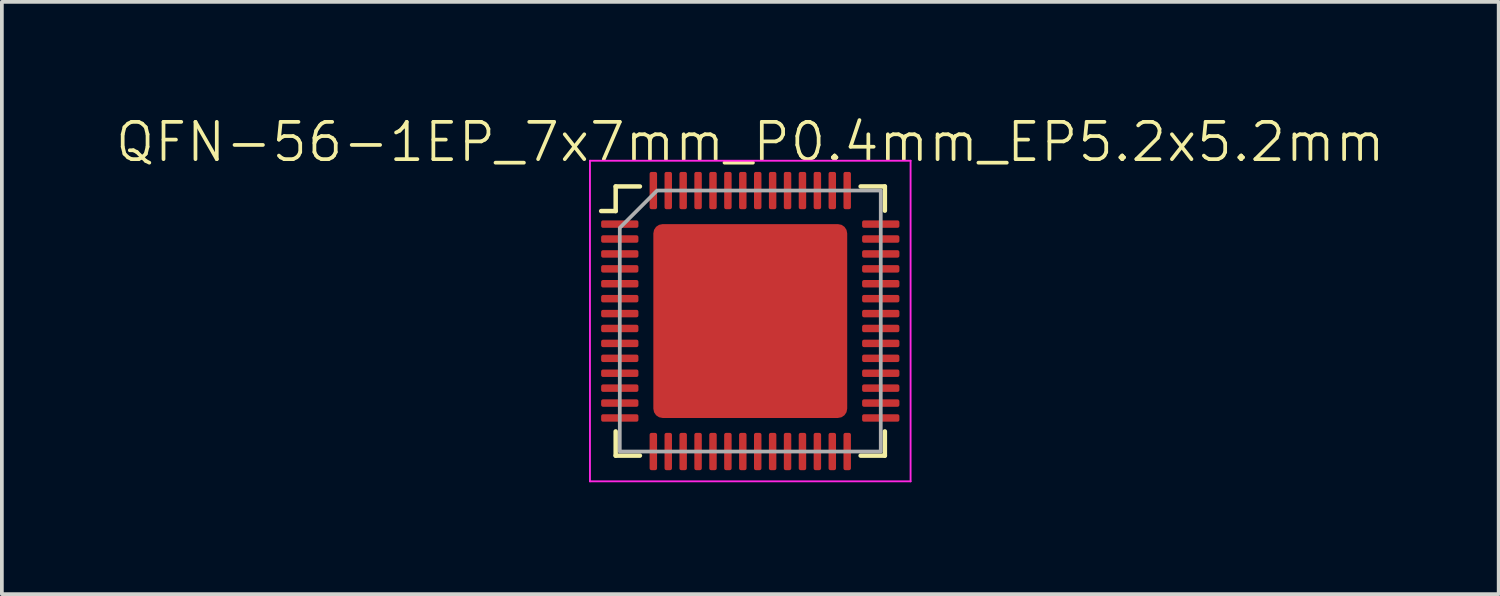
<source format=kicad_pcb>
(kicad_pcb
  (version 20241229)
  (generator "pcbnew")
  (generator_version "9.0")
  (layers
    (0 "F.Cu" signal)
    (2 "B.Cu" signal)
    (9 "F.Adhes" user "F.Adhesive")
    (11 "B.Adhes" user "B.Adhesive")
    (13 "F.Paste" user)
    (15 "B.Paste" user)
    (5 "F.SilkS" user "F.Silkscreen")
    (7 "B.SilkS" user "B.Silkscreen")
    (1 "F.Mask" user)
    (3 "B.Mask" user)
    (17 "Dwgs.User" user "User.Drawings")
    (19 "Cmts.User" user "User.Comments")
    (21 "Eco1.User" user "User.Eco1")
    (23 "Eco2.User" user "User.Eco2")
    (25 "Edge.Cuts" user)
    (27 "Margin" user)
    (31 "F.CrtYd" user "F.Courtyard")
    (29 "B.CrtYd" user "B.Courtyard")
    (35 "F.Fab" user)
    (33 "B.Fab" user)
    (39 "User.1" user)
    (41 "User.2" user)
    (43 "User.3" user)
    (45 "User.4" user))
  (footprint "QFN-56-1EP_7x7mm_P0.4mm_EP5.2x5.2mm"
    (layer "F.Cu")
    (at 17.074 5.561)
    (property "Reference" "QFN-56-1EP_7x7mm_P0.4mm_EP5.2x5.2mm" (at 0 -4.8 0) (layer "F.SilkS") (effects (font (size 1 1) (thickness 0.1))))
    (attr smd)
    (fp_line (start -3.61 -2.95) (end -4 -2.95) (stroke (width 0.12) (type default)) (layer "F.SilkS"))
    (fp_line (start -3.61 -2.95) (end -3.61 -3.61) (stroke (width 0.12) (type solid)) (layer "F.SilkS"))
    (fp_line (start -3.61 3.61) (end -3.61 2.96) (stroke (width 0.12) (type solid)) (layer "F.SilkS"))
    (fp_line (start -2.96 -3.61) (end -3.61 -3.61) (stroke (width 0.12) (type solid)) (layer "F.SilkS"))
    (fp_line (start -2.96 3.61) (end -3.61 3.61) (stroke (width 0.12) (type solid)) (layer "F.SilkS"))
    (fp_line (start 2.96 -3.61) (end 3.61 -3.61) (stroke (width 0.12) (type solid)) (layer "F.SilkS"))
    (fp_line (start 2.96 3.61) (end 3.61 3.61) (stroke (width 0.12) (type solid)) (layer "F.SilkS"))
    (fp_line (start 3.61 -3.61) (end 3.61 -2.96) (stroke (width 0.12) (type solid)) (layer "F.SilkS"))
    (fp_line (start 3.61 3.61) (end 3.61 2.96) (stroke (width 0.12) (type solid)) (layer "F.SilkS"))
    (fp_line (start -4.3 -4.3) (end 4.3 -4.3) (stroke (width 0.05) (type solid)) (layer "F.CrtYd"))
    (fp_line (start -4.3 4.3) (end -4.3 -4.3) (stroke (width 0.05) (type solid)) (layer "F.CrtYd"))
    (fp_line (start 4.3 -4.3) (end 4.3 4.3) (stroke (width 0.05) (type solid)) (layer "F.CrtYd"))
    (fp_line (start 4.3 4.3) (end -4.3 4.3) (stroke (width 0.05) (type solid)) (layer "F.CrtYd"))
    (fp_poly (pts (xy -3.5 -2.5) (xy -3.5 3.5) (xy 3.5 3.5) (xy 3.5 -3.5) (xy -2.5 -3.5)) (stroke (width 0.1) (type solid)) (fill no) (layer "F.Fab"))
    (pad "" smd roundrect (at -2.067 -2.067) (size 1.065 1.065) (layers "F.Paste") (roundrect_rratio 0.221))
    (pad "" smd roundrect (at -2.067 -0.7) (size 1.065 1.13) (layers "F.Paste") (roundrect_rratio 0.221))
    (pad "" smd roundrect (at -2.067 0.7) (size 1.065 1.13) (layers "F.Paste") (roundrect_rratio 0.221))
    (pad "" smd roundrect (at -2.067 2.067) (size 1.065 1.065) (layers "F.Paste") (roundrect_rratio 0.221))
    (pad "" smd roundrect (at -0.7 -2.067) (size 1.13 1.065) (layers "F.Paste") (roundrect_rratio 0.221))
    (pad "" smd roundrect (at -0.7 -0.7) (size 1.13 1.13) (layers "F.Paste") (roundrect_rratio 0.221))
    (pad "" smd roundrect (at -0.7 0.7) (size 1.13 1.13) (layers "F.Paste") (roundrect_rratio 0.221))
    (pad "" smd roundrect (at -0.7 2.067) (size 1.13 1.065) (layers "F.Paste") (roundrect_rratio 0.221))
    (pad "" smd roundrect (at 0.7 -2.067) (size 1.13 1.065) (layers "F.Paste") (roundrect_rratio 0.221))
    (pad "" smd roundrect (at 0.7 -0.7) (size 1.13 1.13) (layers "F.Paste") (roundrect_rratio 0.221))
    (pad "" smd roundrect (at 0.7 0.7) (size 1.13 1.13) (layers "F.Paste") (roundrect_rratio 0.221))
    (pad "" smd roundrect (at 0.7 2.067) (size 1.13 1.065) (layers "F.Paste") (roundrect_rratio 0.221))
    (pad "" smd roundrect (at 2.067 -2.067) (size 1.065 1.065) (layers "F.Paste") (roundrect_rratio 0.221))
    (pad "" smd roundrect (at 2.067 -0.7) (size 1.065 1.13) (layers "F.Paste") (roundrect_rratio 0.221))
    (pad "" smd roundrect (at 2.067 0.7) (size 1.065 1.13) (layers "F.Paste") (roundrect_rratio 0.221))
    (pad "" smd roundrect (at 2.067 2.067) (size 1.065 1.065) (layers "F.Paste") (roundrect_rratio 0.221))
    (pad "1" smd roundrect (at -3.5 -2.6) (size 1 0.2) (layers "F.Cu" "F.Mask" "F.Paste") (roundrect_rratio 0.25))
    (pad "2" smd roundrect (at -3.5 -2.2) (size 1 0.2) (layers "F.Cu" "F.Mask" "F.Paste") (roundrect_rratio 0.25))
    (pad "3" smd roundrect (at -3.5 -1.8) (size 1 0.2) (layers "F.Cu" "F.Mask" "F.Paste") (roundrect_rratio 0.25))
    (pad "4" smd roundrect (at -3.5 -1.4) (size 1 0.2) (layers "F.Cu" "F.Mask" "F.Paste") (roundrect_rratio 0.25))
    (pad "5" smd roundrect (at -3.5 -1) (size 1 0.2) (layers "F.Cu" "F.Mask" "F.Paste") (roundrect_rratio 0.25))
    (pad "6" smd roundrect (at -3.5 -0.6) (size 1 0.2) (layers "F.Cu" "F.Mask" "F.Paste") (roundrect_rratio 0.25))
    (pad "7" smd roundrect (at -3.5 -0.2) (size 1 0.2) (layers "F.Cu" "F.Mask" "F.Paste") (roundrect_rratio 0.25))
    (pad "8" smd roundrect (at -3.5 0.2) (size 1 0.2) (layers "F.Cu" "F.Mask" "F.Paste") (roundrect_rratio 0.25))
    (pad "9" smd roundrect (at -3.5 0.6) (size 1 0.2) (layers "F.Cu" "F.Mask" "F.Paste") (roundrect_rratio 0.25))
    (pad "10" smd roundrect (at -3.5 1) (size 1 0.2) (layers "F.Cu" "F.Mask" "F.Paste") (roundrect_rratio 0.25))
    (pad "11" smd roundrect (at -3.5 1.4) (size 1 0.2) (layers "F.Cu" "F.Mask" "F.Paste") (roundrect_rratio 0.25))
    (pad "12" smd roundrect (at -3.5 1.8) (size 1 0.2) (layers "F.Cu" "F.Mask" "F.Paste") (roundrect_rratio 0.25))
    (pad "13" smd roundrect (at -3.5 2.2) (size 1 0.2) (layers "F.Cu" "F.Mask" "F.Paste") (roundrect_rratio 0.25))
    (pad "14" smd roundrect (at -3.5 2.6) (size 1 0.2) (layers "F.Cu" "F.Mask" "F.Paste") (roundrect_rratio 0.25))
    (pad "15" smd roundrect (at -2.6 3.5 90) (size 1 0.2) (layers "F.Cu" "F.Mask" "F.Paste") (roundrect_rratio 0.25))
    (pad "16" smd roundrect (at -2.2 3.5 90) (size 1 0.2) (layers "F.Cu" "F.Mask" "F.Paste") (roundrect_rratio 0.25))
    (pad "17" smd roundrect (at -1.8 3.5 90) (size 1 0.2) (layers "F.Cu" "F.Mask" "F.Paste") (roundrect_rratio 0.25))
    (pad "18" smd roundrect (at -1.4 3.5 90) (size 1 0.2) (layers "F.Cu" "F.Mask" "F.Paste") (roundrect_rratio 0.25))
    (pad "19" smd roundrect (at -1 3.5 90) (size 1 0.2) (layers "F.Cu" "F.Mask" "F.Paste") (roundrect_rratio 0.25))
    (pad "20" smd roundrect (at -0.6 3.5 90) (size 1 0.2) (layers "F.Cu" "F.Mask" "F.Paste") (roundrect_rratio 0.25))
    (pad "21" smd roundrect (at -0.2 3.5 90) (size 1 0.2) (layers "F.Cu" "F.Mask" "F.Paste") (roundrect_rratio 0.25))
    (pad "22" smd roundrect (at 0.2 3.5 90) (size 1 0.2) (layers "F.Cu" "F.Mask" "F.Paste") (roundrect_rratio 0.25))
    (pad "23" smd roundrect (at 0.6 3.5 90) (size 1 0.2) (layers "F.Cu" "F.Mask" "F.Paste") (roundrect_rratio 0.25))
    (pad "24" smd roundrect (at 1 3.5 90) (size 1 0.2) (layers "F.Cu" "F.Mask" "F.Paste") (roundrect_rratio 0.25))
    (pad "25" smd roundrect (at 1.4 3.5 90) (size 1 0.2) (layers "F.Cu" "F.Mask" "F.Paste") (roundrect_rratio 0.25))
    (pad "26" smd roundrect (at 1.8 3.5 90) (size 1 0.2) (layers "F.Cu" "F.Mask" "F.Paste") (roundrect_rratio 0.25))
    (pad "27" smd roundrect (at 2.2 3.5 90) (size 1 0.2) (layers "F.Cu" "F.Mask" "F.Paste") (roundrect_rratio 0.25))
    (pad "28" smd roundrect (at 2.6 3.5 90) (size 1 0.2) (layers "F.Cu" "F.Mask" "F.Paste") (roundrect_rratio 0.25))
    (pad "29" smd roundrect (at 3.5 2.6) (size 1 0.2) (layers "F.Cu" "F.Mask" "F.Paste") (roundrect_rratio 0.25))
    (pad "30" smd roundrect (at 3.5 2.2) (size 1 0.2) (layers "F.Cu" "F.Mask" "F.Paste") (roundrect_rratio 0.25))
    (pad "31" smd roundrect (at 3.5 1.8) (size 1 0.2) (layers "F.Cu" "F.Mask" "F.Paste") (roundrect_rratio 0.25))
    (pad "32" smd roundrect (at 3.5 1.4) (size 1 0.2) (layers "F.Cu" "F.Mask" "F.Paste") (roundrect_rratio 0.25))
    (pad "33" smd roundrect (at 3.5 1) (size 1 0.2) (layers "F.Cu" "F.Mask" "F.Paste") (roundrect_rratio 0.25))
    (pad "34" smd roundrect (at 3.5 0.6) (size 1 0.2) (layers "F.Cu" "F.Mask" "F.Paste") (roundrect_rratio 0.25))
    (pad "35" smd roundrect (at 3.5 0.2) (size 1 0.2) (layers "F.Cu" "F.Mask" "F.Paste") (roundrect_rratio 0.25))
    (pad "36" smd roundrect (at 3.5 -0.2) (size 1 0.2) (layers "F.Cu" "F.Mask" "F.Paste") (roundrect_rratio 0.25))
    (pad "37" smd roundrect (at 3.5 -0.6) (size 1 0.2) (layers "F.Cu" "F.Mask" "F.Paste") (roundrect_rratio 0.25))
    (pad "38" smd roundrect (at 3.5 -1) (size 1 0.2) (layers "F.Cu" "F.Mask" "F.Paste") (roundrect_rratio 0.25))
    (pad "39" smd roundrect (at 3.5 -1.4) (size 1 0.2) (layers "F.Cu" "F.Mask" "F.Paste") (roundrect_rratio 0.25))
    (pad "40" smd roundrect (at 3.5 -1.8) (size 1 0.2) (layers "F.Cu" "F.Mask" "F.Paste") (roundrect_rratio 0.25))
    (pad "41" smd roundrect (at 3.5 -2.2) (size 1 0.2) (layers "F.Cu" "F.Mask" "F.Paste") (roundrect_rratio 0.25))
    (pad "42" smd roundrect (at 3.5 -2.6) (size 1 0.2) (layers "F.Cu" "F.Mask" "F.Paste") (roundrect_rratio 0.25))
    (pad "43" smd roundrect (at 2.6 -3.5 90) (size 1 0.2) (layers "F.Cu" "F.Mask" "F.Paste") (roundrect_rratio 0.25))
    (pad "44" smd roundrect (at 2.2 -3.5 90) (size 1 0.2) (layers "F.Cu" "F.Mask" "F.Paste") (roundrect_rratio 0.25))
    (pad "45" smd roundrect (at 1.8 -3.5 90) (size 1 0.2) (layers "F.Cu" "F.Mask" "F.Paste") (roundrect_rratio 0.25))
    (pad "46" smd roundrect (at 1.4 -3.5 90) (size 1 0.2) (layers "F.Cu" "F.Mask" "F.Paste") (roundrect_rratio 0.25))
    (pad "47" smd roundrect (at 1 -3.5 90) (size 1 0.2) (layers "F.Cu" "F.Mask" "F.Paste") (roundrect_rratio 0.25))
    (pad "48" smd roundrect (at 0.6 -3.5 90) (size 1 0.2) (layers "F.Cu" "F.Mask" "F.Paste") (roundrect_rratio 0.25))
    (pad "49" smd roundrect (at 0.2 -3.5 90) (size 1 0.2) (layers "F.Cu" "F.Mask" "F.Paste") (roundrect_rratio 0.25))
    (pad "50" smd roundrect (at -0.2 -3.5 90) (size 1 0.2) (layers "F.Cu" "F.Mask" "F.Paste") (roundrect_rratio 0.25))
    (pad "51" smd roundrect (at -0.6 -3.5 90) (size 1 0.2) (layers "F.Cu" "F.Mask" "F.Paste") (roundrect_rratio 0.25))
    (pad "52" smd roundrect (at -1 -3.5 90) (size 1 0.2) (layers "F.Cu" "F.Mask" "F.Paste") (roundrect_rratio 0.25))
    (pad "53" smd roundrect (at -1.4 -3.5 90) (size 1 0.2) (layers "F.Cu" "F.Mask" "F.Paste") (roundrect_rratio 0.25))
    (pad "54" smd roundrect (at -1.8 -3.5 90) (size 1 0.2) (layers "F.Cu" "F.Mask" "F.Paste") (roundrect_rratio 0.25))
    (pad "55" smd roundrect (at -2.2 -3.5 90) (size 1 0.2) (layers "F.Cu" "F.Mask" "F.Paste") (roundrect_rratio 0.25))
    (pad "56" smd roundrect (at -2.6 -3.5 90) (size 1 0.2) (layers "F.Cu" "F.Mask" "F.Paste") (roundrect_rratio 0.25))
    (pad "57" smd roundrect (at 0 0) (size 5.2 5.2) (property pad_prop_heatsink) (layers "F.Cu" "F.Mask") (roundrect_rratio 0.048)))
  (gr_rect
    (start -3 -3)
    (end 37.148 12.886)
    (stroke (width 0.1) (type default))
    (fill no)
    (layer "Edge.Cuts")))
</source>
